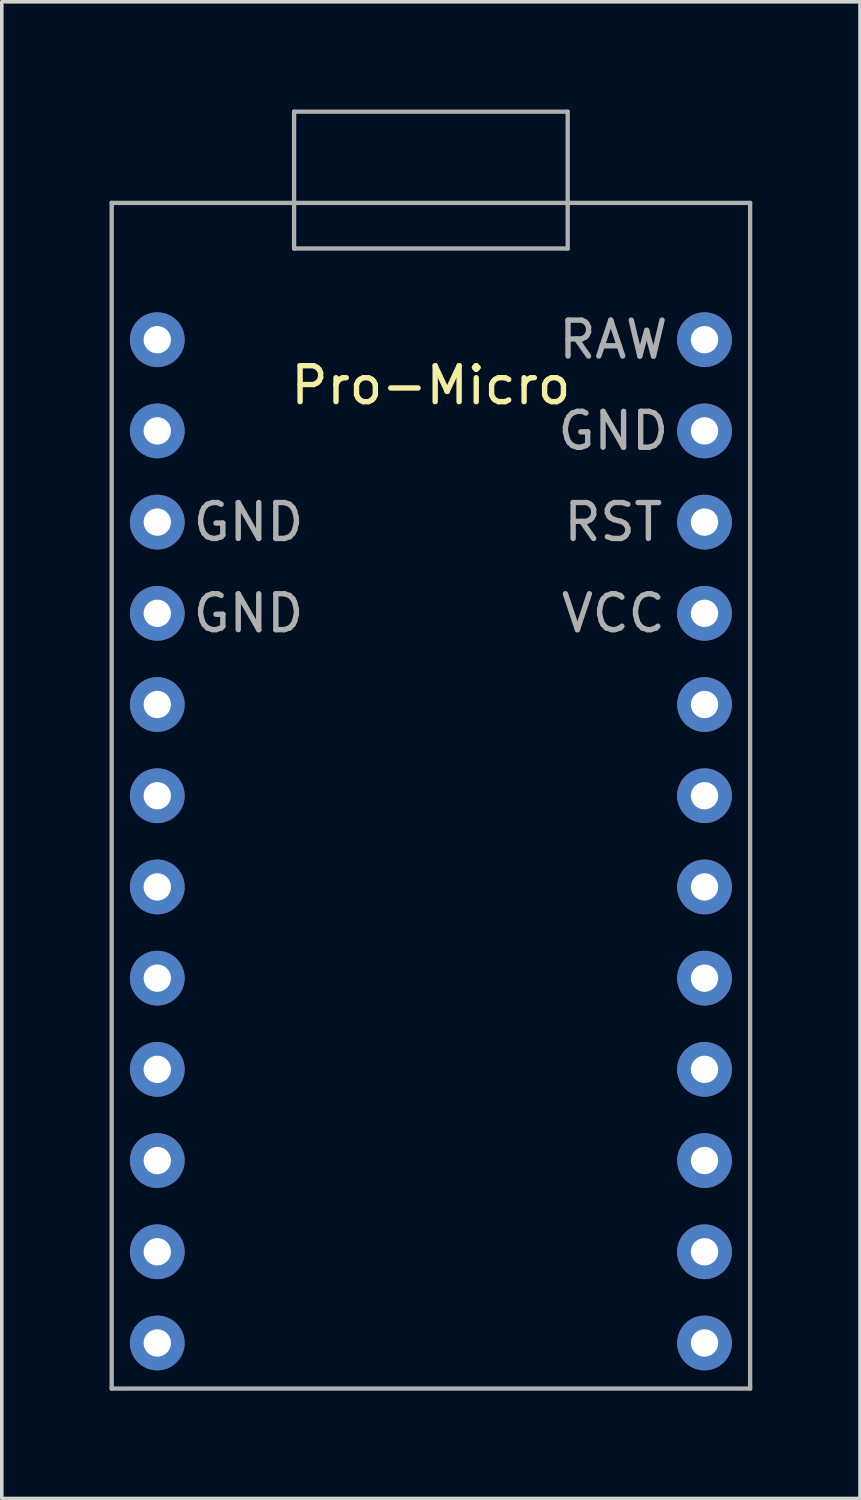
<source format=kicad_pcb>
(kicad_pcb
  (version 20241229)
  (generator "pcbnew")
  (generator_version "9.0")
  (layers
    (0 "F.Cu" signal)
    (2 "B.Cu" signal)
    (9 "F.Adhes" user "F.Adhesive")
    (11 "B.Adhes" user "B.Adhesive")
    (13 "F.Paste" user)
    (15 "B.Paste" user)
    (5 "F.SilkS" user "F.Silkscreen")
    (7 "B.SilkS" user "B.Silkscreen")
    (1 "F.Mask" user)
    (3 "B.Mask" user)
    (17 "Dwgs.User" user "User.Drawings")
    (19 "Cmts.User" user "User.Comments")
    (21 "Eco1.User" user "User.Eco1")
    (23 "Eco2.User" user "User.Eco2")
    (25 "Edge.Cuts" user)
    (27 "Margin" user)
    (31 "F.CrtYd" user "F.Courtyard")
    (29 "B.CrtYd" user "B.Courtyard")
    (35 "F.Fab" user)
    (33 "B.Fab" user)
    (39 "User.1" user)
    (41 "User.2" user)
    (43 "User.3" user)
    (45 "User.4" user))
  (footprint "Pro-Micro"
    (layer "F.Cu")
    (at 8.95 19.11)
    (property "Reference" "Pro-Micro" (at 0 -11.43 0) (layer "F.SilkS") (effects (font (size 1 1) (thickness 0.15))))
    (attr through_hole)
    (fp_line (start -8.89 -16.51) (end -8.89 16.51) (stroke (width 0.12) (type solid)) (layer "F.Fab"))
    (fp_line (start -8.89 16.51) (end 8.89 16.51) (stroke (width 0.12) (type solid)) (layer "F.Fab"))
    (fp_line (start -3.81 -19.05) (end -3.81 -15.24) (stroke (width 0.12) (type solid)) (layer "F.Fab"))
    (fp_line (start -3.81 -15.24) (end 3.81 -15.24) (stroke (width 0.12) (type solid)) (layer "F.Fab"))
    (fp_line (start 3.81 -19.05) (end -3.81 -19.05) (stroke (width 0.12) (type solid)) (layer "F.Fab"))
    (fp_line (start 3.81 -15.24) (end 3.81 -19.05) (stroke (width 0.12) (type solid)) (layer "F.Fab"))
    (fp_line (start 8.89 -16.51) (end -8.89 -16.51) (stroke (width 0.12) (type solid)) (layer "F.Fab"))
    (fp_line (start 8.89 16.51) (end 8.89 -16.51) (stroke (width 0.12) (type solid)) (layer "F.Fab"))
    (fp_text user "VCC" (at 5.08 -5.08 0) (layer "F.Fab") (effects (font (size 1 1) (thickness 0.15))))
    (fp_text user "GND" (at 5.08 -10.16 0) (layer "F.Fab") (effects (font (size 1 1) (thickness 0.15))))
    (fp_text user "GND" (at -5.08 -7.62 0) (layer "F.Fab") (effects (font (size 1 1) (thickness 0.15))))
    (fp_text user "RST" (at 5.08 -7.62 0) (layer "F.Fab") (effects (font (size 1 1) (thickness 0.15))))
    (fp_text user "GND" (at -5.08 -5.08 0) (layer "F.Fab") (effects (font (size 1 1) (thickness 0.15))))
    (fp_text user "RAW" (at 5.08 -12.7 0) (layer "F.Fab") (effects (font (size 1 1) (thickness 0.15))))
    (pad "1" thru_hole circle (at -7.62 -12.7) (size 1.524 1.524) (drill 0.762) (layers "*.Cu" "*.Mask"))
    (pad "2" thru_hole circle (at -7.62 -10.16) (size 1.524 1.524) (drill 0.762) (layers "*.Cu" "*.Mask"))
    (pad "3" thru_hole circle (at -7.62 -7.62) (size 1.524 1.524) (drill 0.762) (layers "*.Cu" "*.Mask"))
    (pad "4" thru_hole circle (at -7.62 -5.08) (size 1.524 1.524) (drill 0.762) (layers "*.Cu" "*.Mask"))
    (pad "5" thru_hole circle (at -7.62 -2.54) (size 1.524 1.524) (drill 0.762) (layers "*.Cu" "*.Mask"))
    (pad "6" thru_hole circle (at -7.62 0) (size 1.524 1.524) (drill 0.762) (layers "*.Cu" "*.Mask"))
    (pad "7" thru_hole circle (at -7.62 2.54) (size 1.524 1.524) (drill 0.762) (layers "*.Cu" "*.Mask"))
    (pad "8" thru_hole circle (at -7.62 5.08) (size 1.524 1.524) (drill 0.762) (layers "*.Cu" "*.Mask"))
    (pad "9" thru_hole circle (at -7.62 7.62) (size 1.524 1.524) (drill 0.762) (layers "*.Cu" "*.Mask"))
    (pad "10" thru_hole circle (at -7.62 10.16) (size 1.524 1.524) (drill 0.762) (layers "*.Cu" "*.Mask"))
    (pad "11" thru_hole circle (at -7.62 12.7) (size 1.524 1.524) (drill 0.762) (layers "*.Cu" "*.Mask"))
    (pad "12" thru_hole circle (at -7.62 15.24) (size 1.524 1.524) (drill 0.762) (layers "*.Cu" "*.Mask"))
    (pad "13" thru_hole circle (at 7.62 15.24) (size 1.524 1.524) (drill 0.762) (layers "*.Cu" "*.Mask"))
    (pad "14" thru_hole circle (at 7.62 12.7) (size 1.524 1.524) (drill 0.762) (layers "*.Cu" "*.Mask"))
    (pad "15" thru_hole circle (at 7.62 10.16) (size 1.524 1.524) (drill 0.762) (layers "*.Cu" "*.Mask"))
    (pad "16" thru_hole circle (at 7.62 7.62) (size 1.524 1.524) (drill 0.762) (layers "*.Cu" "*.Mask"))
    (pad "17" thru_hole circle (at 7.62 5.08) (size 1.524 1.524) (drill 0.762) (layers "*.Cu" "*.Mask"))
    (pad "18" thru_hole circle (at 7.62 2.54) (size 1.524 1.524) (drill 0.762) (layers "*.Cu" "*.Mask"))
    (pad "19" thru_hole circle (at 7.62 0) (size 1.524 1.524) (drill 0.762) (layers "*.Cu" "*.Mask"))
    (pad "20" thru_hole circle (at 7.62 -2.54) (size 1.524 1.524) (drill 0.762) (layers "*.Cu" "*.Mask"))
    (pad "21" thru_hole circle (at 7.62 -5.08) (size 1.524 1.524) (drill 0.762) (layers "*.Cu" "*.Mask"))
    (pad "22" thru_hole circle (at 7.62 -7.62) (size 1.524 1.524) (drill 0.762) (layers "*.Cu" "*.Mask"))
    (pad "23" thru_hole circle (at 7.62 -10.16) (size 1.524 1.524) (drill 0.762) (layers "*.Cu" "*.Mask"))
    (pad "24" thru_hole circle (at 7.62 -12.7) (size 1.524 1.524) (drill 0.762) (layers "*.Cu" "*.Mask")))
  (gr_rect
    (start -3 -3)
    (end 20.9 38.68)
    (stroke (width 0.1) (type default))
    (fill no)
    (layer "Edge.Cuts")))
</source>
